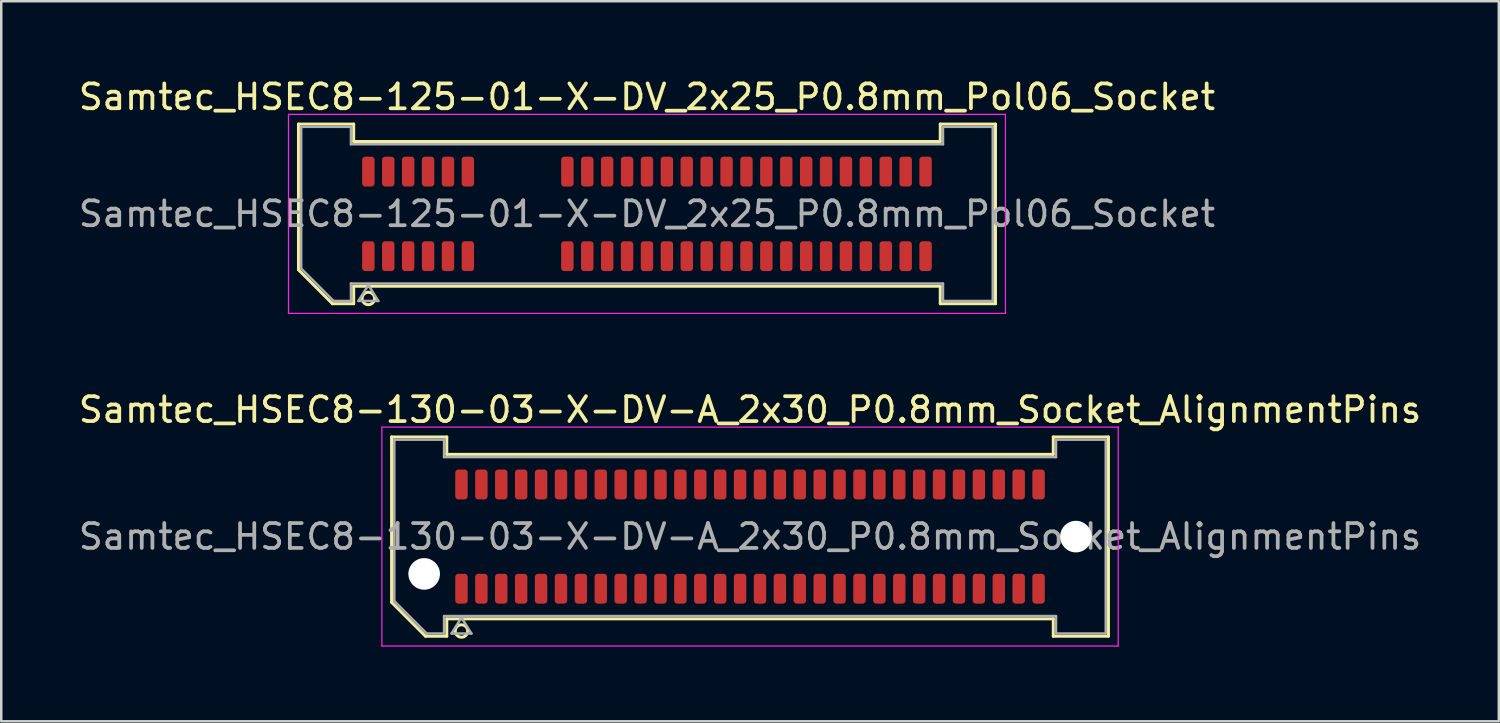
<source format=kicad_pcb>
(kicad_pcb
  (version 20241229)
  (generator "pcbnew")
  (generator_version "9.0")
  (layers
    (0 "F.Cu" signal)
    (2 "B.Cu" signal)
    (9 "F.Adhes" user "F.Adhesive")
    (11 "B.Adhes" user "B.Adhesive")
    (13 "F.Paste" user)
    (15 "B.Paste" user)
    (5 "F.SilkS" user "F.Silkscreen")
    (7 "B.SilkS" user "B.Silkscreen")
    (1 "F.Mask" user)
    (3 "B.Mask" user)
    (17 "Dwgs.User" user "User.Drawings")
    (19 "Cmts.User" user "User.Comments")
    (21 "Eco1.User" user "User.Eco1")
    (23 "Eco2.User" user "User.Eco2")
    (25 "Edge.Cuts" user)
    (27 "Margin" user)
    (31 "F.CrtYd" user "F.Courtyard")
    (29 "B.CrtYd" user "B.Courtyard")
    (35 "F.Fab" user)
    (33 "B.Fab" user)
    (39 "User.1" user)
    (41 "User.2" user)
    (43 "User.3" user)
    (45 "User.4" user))
  (footprint "Samtec_HSEC8-125-01-X-DV_2x25_P0.8mm_Pol06_Socket"
    (layer "F.Cu")
    (at 22.958 5.548)
    (property "Reference" "Samtec_HSEC8-125-01-X-DV_2x25_P0.8mm_Pol06_Socket" (at 0 -4.7 0) (layer "F.SilkS") (effects (font (size 1 1) (thickness 0.15))))
    (attr smd)
    (fp_line (start -14.01 -3.61) (end -11.79 -3.61) (stroke (width 0.12) (type solid)) (layer "F.SilkS"))
    (fp_line (start -14.01 2.246) (end -14.01 -3.61) (stroke (width 0.12) (type solid)) (layer "F.SilkS"))
    (fp_line (start -12.646 3.61) (end -14.01 2.246) (stroke (width 0.12) (type solid)) (layer "F.SilkS"))
    (fp_line (start -11.79 -3.61) (end -11.79 -2.91) (stroke (width 0.12) (type solid)) (layer "F.SilkS"))
    (fp_line (start -11.79 -2.91) (end 11.79 -2.91) (stroke (width 0.12) (type solid)) (layer "F.SilkS"))
    (fp_line (start -11.79 2.91) (end -11.79 3.61) (stroke (width 0.12) (type solid)) (layer "F.SilkS"))
    (fp_line (start -11.79 3.61) (end -12.646 3.61) (stroke (width 0.12) (type solid)) (layer "F.SilkS"))
    (fp_line (start 11.79 -3.61) (end 14.01 -3.61) (stroke (width 0.12) (type solid)) (layer "F.SilkS"))
    (fp_line (start 11.79 -2.91) (end 11.79 -3.61) (stroke (width 0.12) (type solid)) (layer "F.SilkS"))
    (fp_line (start 11.79 2.91) (end -11.79 2.91) (stroke (width 0.12) (type solid)) (layer "F.SilkS"))
    (fp_line (start 11.79 3.61) (end 11.79 2.91) (stroke (width 0.12) (type solid)) (layer "F.SilkS"))
    (fp_line (start 14.01 -3.61) (end 14.01 3.61) (stroke (width 0.12) (type solid)) (layer "F.SilkS"))
    (fp_line (start 14.01 3.61) (end 11.79 3.61) (stroke (width 0.12) (type solid)) (layer "F.SilkS"))
    (fp_arc (start -10.95 3.4) (mid -11.45 3.4) (end -10.95 3.4) (stroke (width 0.12) (type solid)) (layer "F.SilkS"))
    (fp_line (start -14.41 -4) (end -14.41 4) (stroke (width 0.05) (type solid)) (layer "F.CrtYd"))
    (fp_line (start -14.41 4) (end 14.41 4) (stroke (width 0.05) (type solid)) (layer "F.CrtYd"))
    (fp_line (start 14.41 -4) (end -14.41 -4) (stroke (width 0.05) (type solid)) (layer "F.CrtYd"))
    (fp_line (start 14.41 4) (end 14.41 -4) (stroke (width 0.05) (type solid)) (layer "F.CrtYd"))
    (fp_line (start -13.9 -3.5) (end -11.9 -3.5) (stroke (width 0.1) (type solid)) (layer "F.Fab"))
    (fp_line (start -13.9 2.2) (end -13.9 -3.5) (stroke (width 0.1) (type solid)) (layer "F.Fab"))
    (fp_line (start -12.6 3.5) (end -13.9 2.2) (stroke (width 0.1) (type solid)) (layer "F.Fab"))
    (fp_line (start -11.9 -3.5) (end -11.9 -2.8) (stroke (width 0.1) (type solid)) (layer "F.Fab"))
    (fp_line (start -11.9 -2.8) (end 11.9 -2.8) (stroke (width 0.1) (type solid)) (layer "F.Fab"))
    (fp_line (start -11.9 2.8) (end -11.9 3.5) (stroke (width 0.1) (type solid)) (layer "F.Fab"))
    (fp_line (start -11.9 3.5) (end -12.6 3.5) (stroke (width 0.1) (type solid)) (layer "F.Fab"))
    (fp_line (start -11.6 3.5) (end -11.2 2.86) (stroke (width 0.1) (type solid)) (layer "F.Fab"))
    (fp_line (start -11.2 2.86) (end -10.8 3.5) (stroke (width 0.1) (type solid)) (layer "F.Fab"))
    (fp_line (start -10.8 3.5) (end -11.6 3.5) (stroke (width 0.1) (type solid)) (layer "F.Fab"))
    (fp_line (start 11.9 -3.5) (end 13.9 -3.5) (stroke (width 0.1) (type solid)) (layer "F.Fab"))
    (fp_line (start 11.9 -2.8) (end 11.9 -3.5) (stroke (width 0.1) (type solid)) (layer "F.Fab"))
    (fp_line (start 11.9 2.8) (end -11.9 2.8) (stroke (width 0.1) (type solid)) (layer "F.Fab"))
    (fp_line (start 11.9 3.5) (end 11.9 2.8) (stroke (width 0.1) (type solid)) (layer "F.Fab"))
    (fp_line (start 13.9 -3.5) (end 13.9 3.5) (stroke (width 0.1) (type solid)) (layer "F.Fab"))
    (fp_line (start 13.9 3.5) (end 11.9 3.5) (stroke (width 0.1) (type solid)) (layer "F.Fab"))
    (fp_text user "${REFERENCE}" (at 0 0 0) (layer "F.Fab") (effects (font (size 1 1) (thickness 0.15))))
    (pad "1" smd roundrect (at -11.2 1.7) (size 0.5 1.2) (layers "F.Cu" "F.Mask" "F.Paste") (roundrect_rratio 0.25))
    (pad "2" smd roundrect (at -11.2 -1.7) (size 0.5 1.2) (layers "F.Cu" "F.Mask" "F.Paste") (roundrect_rratio 0.25))
    (pad "3" smd roundrect (at -10.4 1.7) (size 0.5 1.2) (layers "F.Cu" "F.Mask" "F.Paste") (roundrect_rratio 0.25))
    (pad "4" smd roundrect (at -10.4 -1.7) (size 0.5 1.2) (layers "F.Cu" "F.Mask" "F.Paste") (roundrect_rratio 0.25))
    (pad "5" smd roundrect (at -9.6 1.7) (size 0.5 1.2) (layers "F.Cu" "F.Mask" "F.Paste") (roundrect_rratio 0.25))
    (pad "6" smd roundrect (at -9.6 -1.7) (size 0.5 1.2) (layers "F.Cu" "F.Mask" "F.Paste") (roundrect_rratio 0.25))
    (pad "7" smd roundrect (at -8.8 1.7) (size 0.5 1.2) (layers "F.Cu" "F.Mask" "F.Paste") (roundrect_rratio 0.25))
    (pad "8" smd roundrect (at -8.8 -1.7) (size 0.5 1.2) (layers "F.Cu" "F.Mask" "F.Paste") (roundrect_rratio 0.25))
    (pad "9" smd roundrect (at -8 1.7) (size 0.5 1.2) (layers "F.Cu" "F.Mask" "F.Paste") (roundrect_rratio 0.25))
    (pad "10" smd roundrect (at -8 -1.7) (size 0.5 1.2) (layers "F.Cu" "F.Mask" "F.Paste") (roundrect_rratio 0.25))
    (pad "11" smd roundrect (at -7.2 1.7) (size 0.5 1.2) (layers "F.Cu" "F.Mask" "F.Paste") (roundrect_rratio 0.25))
    (pad "12" smd roundrect (at -7.2 -1.7) (size 0.5 1.2) (layers "F.Cu" "F.Mask" "F.Paste") (roundrect_rratio 0.25))
    (pad "13" smd roundrect (at -3.2 1.7) (size 0.5 1.2) (layers "F.Cu" "F.Mask" "F.Paste") (roundrect_rratio 0.25))
    (pad "14" smd roundrect (at -3.2 -1.7) (size 0.5 1.2) (layers "F.Cu" "F.Mask" "F.Paste") (roundrect_rratio 0.25))
    (pad "15" smd roundrect (at -2.4 1.7) (size 0.5 1.2) (layers "F.Cu" "F.Mask" "F.Paste") (roundrect_rratio 0.25))
    (pad "16" smd roundrect (at -2.4 -1.7) (size 0.5 1.2) (layers "F.Cu" "F.Mask" "F.Paste") (roundrect_rratio 0.25))
    (pad "17" smd roundrect (at -1.6 1.7) (size 0.5 1.2) (layers "F.Cu" "F.Mask" "F.Paste") (roundrect_rratio 0.25))
    (pad "18" smd roundrect (at -1.6 -1.7) (size 0.5 1.2) (layers "F.Cu" "F.Mask" "F.Paste") (roundrect_rratio 0.25))
    (pad "19" smd roundrect (at -0.8 1.7) (size 0.5 1.2) (layers "F.Cu" "F.Mask" "F.Paste") (roundrect_rratio 0.25))
    (pad "20" smd roundrect (at -0.8 -1.7) (size 0.5 1.2) (layers "F.Cu" "F.Mask" "F.Paste") (roundrect_rratio 0.25))
    (pad "21" smd roundrect (at 0 1.7) (size 0.5 1.2) (layers "F.Cu" "F.Mask" "F.Paste") (roundrect_rratio 0.25))
    (pad "22" smd roundrect (at 0 -1.7) (size 0.5 1.2) (layers "F.Cu" "F.Mask" "F.Paste") (roundrect_rratio 0.25))
    (pad "23" smd roundrect (at 0.8 1.7) (size 0.5 1.2) (layers "F.Cu" "F.Mask" "F.Paste") (roundrect_rratio 0.25))
    (pad "24" smd roundrect (at 0.8 -1.7) (size 0.5 1.2) (layers "F.Cu" "F.Mask" "F.Paste") (roundrect_rratio 0.25))
    (pad "25" smd roundrect (at 1.6 1.7) (size 0.5 1.2) (layers "F.Cu" "F.Mask" "F.Paste") (roundrect_rratio 0.25))
    (pad "26" smd roundrect (at 1.6 -1.7) (size 0.5 1.2) (layers "F.Cu" "F.Mask" "F.Paste") (roundrect_rratio 0.25))
    (pad "27" smd roundrect (at 2.4 1.7) (size 0.5 1.2) (layers "F.Cu" "F.Mask" "F.Paste") (roundrect_rratio 0.25))
    (pad "28" smd roundrect (at 2.4 -1.7) (size 0.5 1.2) (layers "F.Cu" "F.Mask" "F.Paste") (roundrect_rratio 0.25))
    (pad "29" smd roundrect (at 3.2 1.7) (size 0.5 1.2) (layers "F.Cu" "F.Mask" "F.Paste") (roundrect_rratio 0.25))
    (pad "30" smd roundrect (at 3.2 -1.7) (size 0.5 1.2) (layers "F.Cu" "F.Mask" "F.Paste") (roundrect_rratio 0.25))
    (pad "31" smd roundrect (at 4 1.7) (size 0.5 1.2) (layers "F.Cu" "F.Mask" "F.Paste") (roundrect_rratio 0.25))
    (pad "32" smd roundrect (at 4 -1.7) (size 0.5 1.2) (layers "F.Cu" "F.Mask" "F.Paste") (roundrect_rratio 0.25))
    (pad "33" smd roundrect (at 4.8 1.7) (size 0.5 1.2) (layers "F.Cu" "F.Mask" "F.Paste") (roundrect_rratio 0.25))
    (pad "34" smd roundrect (at 4.8 -1.7) (size 0.5 1.2) (layers "F.Cu" "F.Mask" "F.Paste") (roundrect_rratio 0.25))
    (pad "35" smd roundrect (at 5.6 1.7) (size 0.5 1.2) (layers "F.Cu" "F.Mask" "F.Paste") (roundrect_rratio 0.25))
    (pad "36" smd roundrect (at 5.6 -1.7) (size 0.5 1.2) (layers "F.Cu" "F.Mask" "F.Paste") (roundrect_rratio 0.25))
    (pad "37" smd roundrect (at 6.4 1.7) (size 0.5 1.2) (layers "F.Cu" "F.Mask" "F.Paste") (roundrect_rratio 0.25))
    (pad "38" smd roundrect (at 6.4 -1.7) (size 0.5 1.2) (layers "F.Cu" "F.Mask" "F.Paste") (roundrect_rratio 0.25))
    (pad "39" smd roundrect (at 7.2 1.7) (size 0.5 1.2) (layers "F.Cu" "F.Mask" "F.Paste") (roundrect_rratio 0.25))
    (pad "40" smd roundrect (at 7.2 -1.7) (size 0.5 1.2) (layers "F.Cu" "F.Mask" "F.Paste") (roundrect_rratio 0.25))
    (pad "41" smd roundrect (at 8 1.7) (size 0.5 1.2) (layers "F.Cu" "F.Mask" "F.Paste") (roundrect_rratio 0.25))
    (pad "42" smd roundrect (at 8 -1.7) (size 0.5 1.2) (layers "F.Cu" "F.Mask" "F.Paste") (roundrect_rratio 0.25))
    (pad "43" smd roundrect (at 8.8 1.7) (size 0.5 1.2) (layers "F.Cu" "F.Mask" "F.Paste") (roundrect_rratio 0.25))
    (pad "44" smd roundrect (at 8.8 -1.7) (size 0.5 1.2) (layers "F.Cu" "F.Mask" "F.Paste") (roundrect_rratio 0.25))
    (pad "45" smd roundrect (at 9.6 1.7) (size 0.5 1.2) (layers "F.Cu" "F.Mask" "F.Paste") (roundrect_rratio 0.25))
    (pad "46" smd roundrect (at 9.6 -1.7) (size 0.5 1.2) (layers "F.Cu" "F.Mask" "F.Paste") (roundrect_rratio 0.25))
    (pad "47" smd roundrect (at 10.4 1.7) (size 0.5 1.2) (layers "F.Cu" "F.Mask" "F.Paste") (roundrect_rratio 0.25))
    (pad "48" smd roundrect (at 10.4 -1.7) (size 0.5 1.2) (layers "F.Cu" "F.Mask" "F.Paste") (roundrect_rratio 0.25))
    (pad "49" smd roundrect (at 11.2 1.7) (size 0.5 1.2) (layers "F.Cu" "F.Mask" "F.Paste") (roundrect_rratio 0.25))
    (pad "50" smd roundrect (at 11.2 -1.7) (size 0.5 1.2) (layers "F.Cu" "F.Mask" "F.Paste") (roundrect_rratio 0.25)))
  (footprint "Samtec_HSEC8-130-03-X-DV-A_2x30_P0.8mm_Socket_AlignmentPins"
    (layer "F.Cu")
    (at 27.101 18.521)
    (property "Reference" "Samtec_HSEC8-130-03-X-DV-A_2x30_P0.8mm_Socket_AlignmentPins" (at 0 -5.1 0) (layer "F.SilkS") (effects (font (size 1 1) (thickness 0.15))))
    (attr smd)
    (fp_line (start -14.41 -4.005) (end -12.19 -4.005) (stroke (width 0.12) (type solid)) (layer "F.SilkS"))
    (fp_line (start -14.41 2.641) (end -14.41 -4.005) (stroke (width 0.12) (type solid)) (layer "F.SilkS"))
    (fp_line (start -13.046 4.005) (end -14.41 2.641) (stroke (width 0.12) (type solid)) (layer "F.SilkS"))
    (fp_line (start -12.19 -4.005) (end -12.19 -3.305) (stroke (width 0.12) (type solid)) (layer "F.SilkS"))
    (fp_line (start -12.19 -3.305) (end 12.19 -3.305) (stroke (width 0.12) (type solid)) (layer "F.SilkS"))
    (fp_line (start -12.19 3.305) (end -12.19 4.005) (stroke (width 0.12) (type solid)) (layer "F.SilkS"))
    (fp_line (start -12.19 4.005) (end -13.046 4.005) (stroke (width 0.12) (type solid)) (layer "F.SilkS"))
    (fp_line (start 12.19 -4.005) (end 14.41 -4.005) (stroke (width 0.12) (type solid)) (layer "F.SilkS"))
    (fp_line (start 12.19 -3.305) (end 12.19 -4.005) (stroke (width 0.12) (type solid)) (layer "F.SilkS"))
    (fp_line (start 12.19 3.305) (end -12.19 3.305) (stroke (width 0.12) (type solid)) (layer "F.SilkS"))
    (fp_line (start 12.19 4.005) (end 12.19 3.305) (stroke (width 0.12) (type solid)) (layer "F.SilkS"))
    (fp_line (start 14.41 -4.005) (end 14.41 4.005) (stroke (width 0.12) (type solid)) (layer "F.SilkS"))
    (fp_line (start 14.41 4.005) (end 12.19 4.005) (stroke (width 0.12) (type solid)) (layer "F.SilkS"))
    (fp_arc (start -11.35 3.795) (mid -11.85 3.795) (end -11.35 3.795) (stroke (width 0.12) (type solid)) (layer "F.SilkS"))
    (fp_line (start -14.8 -4.4) (end -14.8 4.4) (stroke (width 0.05) (type solid)) (layer "F.CrtYd"))
    (fp_line (start -14.8 4.4) (end 14.8 4.4) (stroke (width 0.05) (type solid)) (layer "F.CrtYd"))
    (fp_line (start 14.8 -4.4) (end -14.8 -4.4) (stroke (width 0.05) (type solid)) (layer "F.CrtYd"))
    (fp_line (start 14.8 4.4) (end 14.8 -4.4) (stroke (width 0.05) (type solid)) (layer "F.CrtYd"))
    (fp_line (start -14.3 -3.895) (end -12.3 -3.895) (stroke (width 0.1) (type solid)) (layer "F.Fab"))
    (fp_line (start -14.3 2.595) (end -14.3 -3.895) (stroke (width 0.1) (type solid)) (layer "F.Fab"))
    (fp_line (start -13 3.895) (end -14.3 2.595) (stroke (width 0.1) (type solid)) (layer "F.Fab"))
    (fp_line (start -12.3 -3.895) (end -12.3 -3.195) (stroke (width 0.1) (type solid)) (layer "F.Fab"))
    (fp_line (start -12.3 -3.195) (end 12.3 -3.195) (stroke (width 0.1) (type solid)) (layer "F.Fab"))
    (fp_line (start -12.3 3.195) (end -12.3 3.895) (stroke (width 0.1) (type solid)) (layer "F.Fab"))
    (fp_line (start -12.3 3.895) (end -13 3.895) (stroke (width 0.1) (type solid)) (layer "F.Fab"))
    (fp_line (start -12 3.895) (end -11.6 3.255) (stroke (width 0.1) (type solid)) (layer "F.Fab"))
    (fp_line (start -11.6 3.255) (end -11.2 3.895) (stroke (width 0.1) (type solid)) (layer "F.Fab"))
    (fp_line (start -11.2 3.895) (end -12 3.895) (stroke (width 0.1) (type solid)) (layer "F.Fab"))
    (fp_line (start 12.3 -3.895) (end 14.3 -3.895) (stroke (width 0.1) (type solid)) (layer "F.Fab"))
    (fp_line (start 12.3 -3.195) (end 12.3 -3.895) (stroke (width 0.1) (type solid)) (layer "F.Fab"))
    (fp_line (start 12.3 3.195) (end -12.3 3.195) (stroke (width 0.1) (type solid)) (layer "F.Fab"))
    (fp_line (start 12.3 3.895) (end 12.3 3.195) (stroke (width 0.1) (type solid)) (layer "F.Fab"))
    (fp_line (start 14.3 -3.895) (end 14.3 3.895) (stroke (width 0.1) (type solid)) (layer "F.Fab"))
    (fp_line (start 14.3 3.895) (end 12.3 3.895) (stroke (width 0.1) (type solid)) (layer "F.Fab"))
    (fp_text user "${REFERENCE}" (at 0 0 0) (layer "F.Fab") (effects (font (size 1 1) (thickness 0.15))))
    (pad "" np_thru_hole circle (at -13.1 1.5) (size 1.27 1.27) (drill 1.27) (layers "*.Cu" "*.Mask"))
    (pad "" np_thru_hole circle (at 13.1 0) (size 1.27 1.27) (drill 1.27) (layers "*.Cu" "*.Mask"))
    (pad "1" smd roundrect (at -11.6 2.095) (size 0.5 1.2) (layers "F.Cu" "F.Mask" "F.Paste") (roundrect_rratio 0.25))
    (pad "2" smd roundrect (at -11.6 -2.095) (size 0.5 1.2) (layers "F.Cu" "F.Mask" "F.Paste") (roundrect_rratio 0.25))
    (pad "3" smd roundrect (at -10.8 2.095) (size 0.5 1.2) (layers "F.Cu" "F.Mask" "F.Paste") (roundrect_rratio 0.25))
    (pad "4" smd roundrect (at -10.8 -2.095) (size 0.5 1.2) (layers "F.Cu" "F.Mask" "F.Paste") (roundrect_rratio 0.25))
    (pad "5" smd roundrect (at -10 2.095) (size 0.5 1.2) (layers "F.Cu" "F.Mask" "F.Paste") (roundrect_rratio 0.25))
    (pad "6" smd roundrect (at -10 -2.095) (size 0.5 1.2) (layers "F.Cu" "F.Mask" "F.Paste") (roundrect_rratio 0.25))
    (pad "7" smd roundrect (at -9.2 2.095) (size 0.5 1.2) (layers "F.Cu" "F.Mask" "F.Paste") (roundrect_rratio 0.25))
    (pad "8" smd roundrect (at -9.2 -2.095) (size 0.5 1.2) (layers "F.Cu" "F.Mask" "F.Paste") (roundrect_rratio 0.25))
    (pad "9" smd roundrect (at -8.4 2.095) (size 0.5 1.2) (layers "F.Cu" "F.Mask" "F.Paste") (roundrect_rratio 0.25))
    (pad "10" smd roundrect (at -8.4 -2.095) (size 0.5 1.2) (layers "F.Cu" "F.Mask" "F.Paste") (roundrect_rratio 0.25))
    (pad "11" smd roundrect (at -7.6 2.095) (size 0.5 1.2) (layers "F.Cu" "F.Mask" "F.Paste") (roundrect_rratio 0.25))
    (pad "12" smd roundrect (at -7.6 -2.095) (size 0.5 1.2) (layers "F.Cu" "F.Mask" "F.Paste") (roundrect_rratio 0.25))
    (pad "13" smd roundrect (at -6.8 2.095) (size 0.5 1.2) (layers "F.Cu" "F.Mask" "F.Paste") (roundrect_rratio 0.25))
    (pad "14" smd roundrect (at -6.8 -2.095) (size 0.5 1.2) (layers "F.Cu" "F.Mask" "F.Paste") (roundrect_rratio 0.25))
    (pad "15" smd roundrect (at -6 2.095) (size 0.5 1.2) (layers "F.Cu" "F.Mask" "F.Paste") (roundrect_rratio 0.25))
    (pad "16" smd roundrect (at -6 -2.095) (size 0.5 1.2) (layers "F.Cu" "F.Mask" "F.Paste") (roundrect_rratio 0.25))
    (pad "17" smd roundrect (at -5.2 2.095) (size 0.5 1.2) (layers "F.Cu" "F.Mask" "F.Paste") (roundrect_rratio 0.25))
    (pad "18" smd roundrect (at -5.2 -2.095) (size 0.5 1.2) (layers "F.Cu" "F.Mask" "F.Paste") (roundrect_rratio 0.25))
    (pad "19" smd roundrect (at -4.4 2.095) (size 0.5 1.2) (layers "F.Cu" "F.Mask" "F.Paste") (roundrect_rratio 0.25))
    (pad "20" smd roundrect (at -4.4 -2.095) (size 0.5 1.2) (layers "F.Cu" "F.Mask" "F.Paste") (roundrect_rratio 0.25))
    (pad "21" smd roundrect (at -3.6 2.095) (size 0.5 1.2) (layers "F.Cu" "F.Mask" "F.Paste") (roundrect_rratio 0.25))
    (pad "22" smd roundrect (at -3.6 -2.095) (size 0.5 1.2) (layers "F.Cu" "F.Mask" "F.Paste") (roundrect_rratio 0.25))
    (pad "23" smd roundrect (at -2.8 2.095) (size 0.5 1.2) (layers "F.Cu" "F.Mask" "F.Paste") (roundrect_rratio 0.25))
    (pad "24" smd roundrect (at -2.8 -2.095) (size 0.5 1.2) (layers "F.Cu" "F.Mask" "F.Paste") (roundrect_rratio 0.25))
    (pad "25" smd roundrect (at -2 2.095) (size 0.5 1.2) (layers "F.Cu" "F.Mask" "F.Paste") (roundrect_rratio 0.25))
    (pad "26" smd roundrect (at -2 -2.095) (size 0.5 1.2) (layers "F.Cu" "F.Mask" "F.Paste") (roundrect_rratio 0.25))
    (pad "27" smd roundrect (at -1.2 2.095) (size 0.5 1.2) (layers "F.Cu" "F.Mask" "F.Paste") (roundrect_rratio 0.25))
    (pad "28" smd roundrect (at -1.2 -2.095) (size 0.5 1.2) (layers "F.Cu" "F.Mask" "F.Paste") (roundrect_rratio 0.25))
    (pad "29" smd roundrect (at -0.4 2.095) (size 0.5 1.2) (layers "F.Cu" "F.Mask" "F.Paste") (roundrect_rratio 0.25))
    (pad "30" smd roundrect (at -0.4 -2.095) (size 0.5 1.2) (layers "F.Cu" "F.Mask" "F.Paste") (roundrect_rratio 0.25))
    (pad "31" smd roundrect (at 0.4 2.095) (size 0.5 1.2) (layers "F.Cu" "F.Mask" "F.Paste") (roundrect_rratio 0.25))
    (pad "32" smd roundrect (at 0.4 -2.095) (size 0.5 1.2) (layers "F.Cu" "F.Mask" "F.Paste") (roundrect_rratio 0.25))
    (pad "33" smd roundrect (at 1.2 2.095) (size 0.5 1.2) (layers "F.Cu" "F.Mask" "F.Paste") (roundrect_rratio 0.25))
    (pad "34" smd roundrect (at 1.2 -2.095) (size 0.5 1.2) (layers "F.Cu" "F.Mask" "F.Paste") (roundrect_rratio 0.25))
    (pad "35" smd roundrect (at 2 2.095) (size 0.5 1.2) (layers "F.Cu" "F.Mask" "F.Paste") (roundrect_rratio 0.25))
    (pad "36" smd roundrect (at 2 -2.095) (size 0.5 1.2) (layers "F.Cu" "F.Mask" "F.Paste") (roundrect_rratio 0.25))
    (pad "37" smd roundrect (at 2.8 2.095) (size 0.5 1.2) (layers "F.Cu" "F.Mask" "F.Paste") (roundrect_rratio 0.25))
    (pad "38" smd roundrect (at 2.8 -2.095) (size 0.5 1.2) (layers "F.Cu" "F.Mask" "F.Paste") (roundrect_rratio 0.25))
    (pad "39" smd roundrect (at 3.6 2.095) (size 0.5 1.2) (layers "F.Cu" "F.Mask" "F.Paste") (roundrect_rratio 0.25))
    (pad "40" smd roundrect (at 3.6 -2.095) (size 0.5 1.2) (layers "F.Cu" "F.Mask" "F.Paste") (roundrect_rratio 0.25))
    (pad "41" smd roundrect (at 4.4 2.095) (size 0.5 1.2) (layers "F.Cu" "F.Mask" "F.Paste") (roundrect_rratio 0.25))
    (pad "42" smd roundrect (at 4.4 -2.095) (size 0.5 1.2) (layers "F.Cu" "F.Mask" "F.Paste") (roundrect_rratio 0.25))
    (pad "43" smd roundrect (at 5.2 2.095) (size 0.5 1.2) (layers "F.Cu" "F.Mask" "F.Paste") (roundrect_rratio 0.25))
    (pad "44" smd roundrect (at 5.2 -2.095) (size 0.5 1.2) (layers "F.Cu" "F.Mask" "F.Paste") (roundrect_rratio 0.25))
    (pad "45" smd roundrect (at 6 2.095) (size 0.5 1.2) (layers "F.Cu" "F.Mask" "F.Paste") (roundrect_rratio 0.25))
    (pad "46" smd roundrect (at 6 -2.095) (size 0.5 1.2) (layers "F.Cu" "F.Mask" "F.Paste") (roundrect_rratio 0.25))
    (pad "47" smd roundrect (at 6.8 2.095) (size 0.5 1.2) (layers "F.Cu" "F.Mask" "F.Paste") (roundrect_rratio 0.25))
    (pad "48" smd roundrect (at 6.8 -2.095) (size 0.5 1.2) (layers "F.Cu" "F.Mask" "F.Paste") (roundrect_rratio 0.25))
    (pad "49" smd roundrect (at 7.6 2.095) (size 0.5 1.2) (layers "F.Cu" "F.Mask" "F.Paste") (roundrect_rratio 0.25))
    (pad "50" smd roundrect (at 7.6 -2.095) (size 0.5 1.2) (layers "F.Cu" "F.Mask" "F.Paste") (roundrect_rratio 0.25))
    (pad "51" smd roundrect (at 8.4 2.095) (size 0.5 1.2) (layers "F.Cu" "F.Mask" "F.Paste") (roundrect_rratio 0.25))
    (pad "52" smd roundrect (at 8.4 -2.095) (size 0.5 1.2) (layers "F.Cu" "F.Mask" "F.Paste") (roundrect_rratio 0.25))
    (pad "53" smd roundrect (at 9.2 2.095) (size 0.5 1.2) (layers "F.Cu" "F.Mask" "F.Paste") (roundrect_rratio 0.25))
    (pad "54" smd roundrect (at 9.2 -2.095) (size 0.5 1.2) (layers "F.Cu" "F.Mask" "F.Paste") (roundrect_rratio 0.25))
    (pad "55" smd roundrect (at 10 2.095) (size 0.5 1.2) (layers "F.Cu" "F.Mask" "F.Paste") (roundrect_rratio 0.25))
    (pad "56" smd roundrect (at 10 -2.095) (size 0.5 1.2) (layers "F.Cu" "F.Mask" "F.Paste") (roundrect_rratio 0.25))
    (pad "57" smd roundrect (at 10.8 2.095) (size 0.5 1.2) (layers "F.Cu" "F.Mask" "F.Paste") (roundrect_rratio 0.25))
    (pad "58" smd roundrect (at 10.8 -2.095) (size 0.5 1.2) (layers "F.Cu" "F.Mask" "F.Paste") (roundrect_rratio 0.25))
    (pad "59" smd roundrect (at 11.6 2.095) (size 0.5 1.2) (layers "F.Cu" "F.Mask" "F.Paste") (roundrect_rratio 0.25))
    (pad "60" smd roundrect (at 11.6 -2.095) (size 0.5 1.2) (layers "F.Cu" "F.Mask" "F.Paste") (roundrect_rratio 0.25)))
  (gr_rect
    (start -3 -3)
    (end 57.202 25.947)
    (stroke (width 0.1) (type default))
    (fill no)
    (layer "Edge.Cuts")))
</source>
